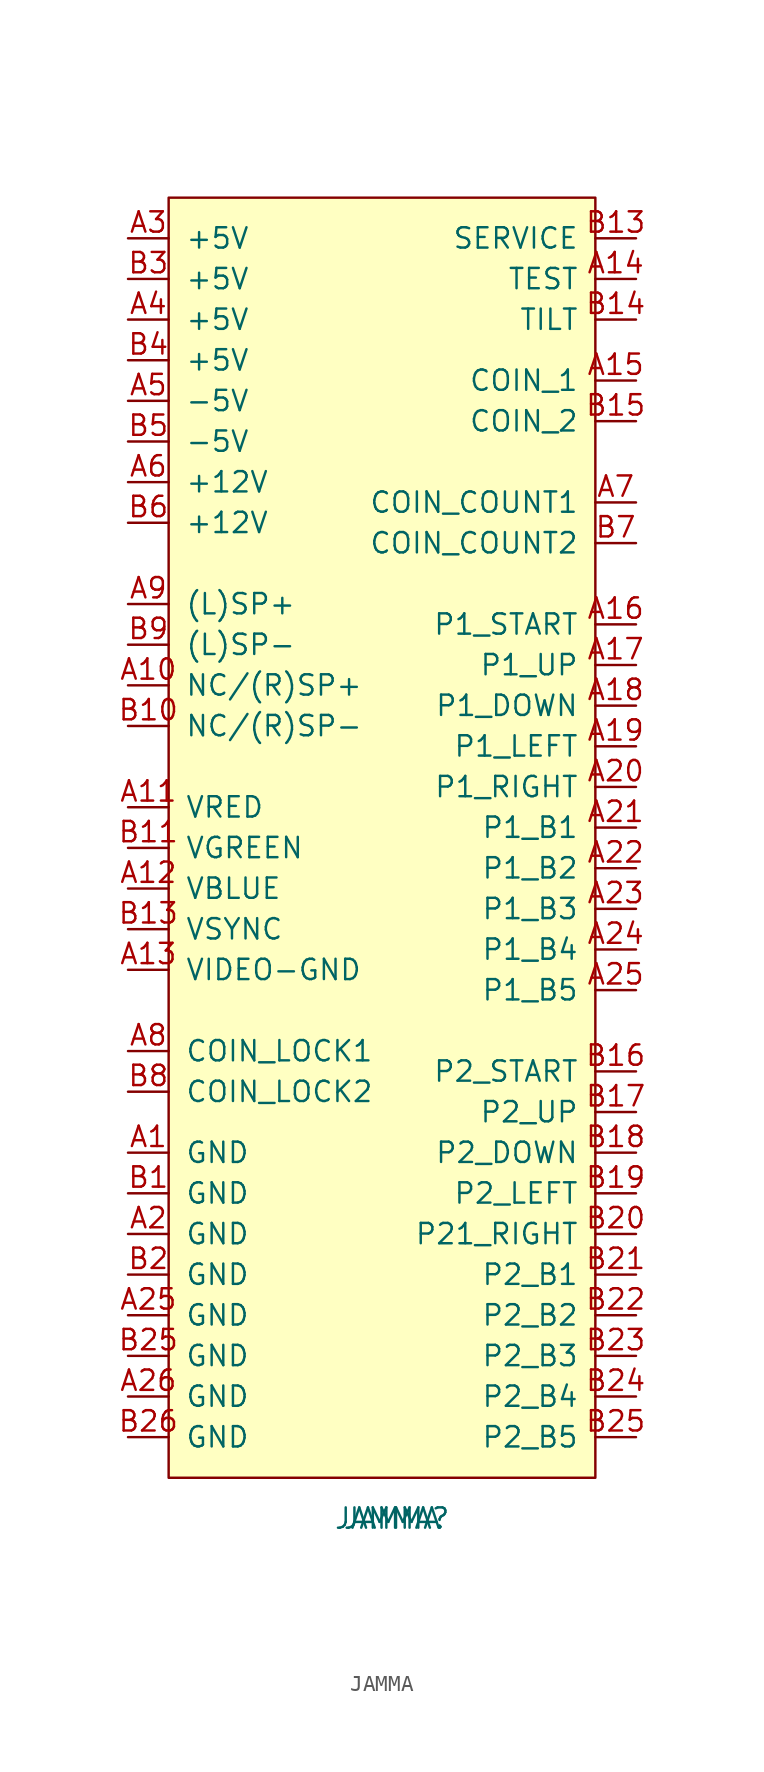
<source format=kicad_sym>
(kicad_symbol_lib
  (version 20211014)
  (generator kicad_symbol_editor)
  (symbol "JAMMA"
    (pin_names
      (offset 1.016))
    (property "Reference" "JAMMA"
      (at 0 -43.18 0)
      (effects (font (size 1.27 1.27))))
    (property "Value" "JAMMA"
      (at 0 -43.18 0)
      (effects (font (size 1.27 1.27))))
    (symbol "JAMMA_0_1"
      (rectangle (start -13.97 39.37) (end 12.7 -40.64) (stroke (width 0) (type default) (color 0 0 0 0)) (fill (type background))))
    (symbol "JAMMA_1_1"
      (pin power_in line (at -16.51 -20.32 0) (length 2.54) (name "GND" (effects (font (size 1.27 1.27)))) (number "A1" (effects (font (size 1.27 1.27)))))
      (pin power_out line (at -16.51 8.89 0) (length 2.54) (name "NC/(R)SP+" (effects (font (size 1.27 1.27)))) (number "A10" (effects (font (size 1.27 1.27)))))
      (pin output line (at -16.51 1.27 0) (length 2.54) (name "VRED" (effects (font (size 1.27 1.27)))) (number "A11" (effects (font (size 1.27 1.27)))))
      (pin output line (at -16.51 -3.81 0) (length 2.54) (name "VBLUE" (effects (font (size 1.27 1.27)))) (number "A12" (effects (font (size 1.27 1.27)))))
      (pin unspecified line (at -16.51 -8.89 0) (length 2.54) (name "VIDEO-GND" (effects (font (size 1.27 1.27)))) (number "A13" (effects (font (size 1.27 1.27)))))
      (pin input line (at 15.24 34.29 180) (length 2.54) (name "TEST" (effects (font (size 1.27 1.27)))) (number "A14" (effects (font (size 1.27 1.27)))))
      (pin input line (at 15.24 27.94 180) (length 2.54) (name "COIN_1" (effects (font (size 1.27 1.27)))) (number "A15" (effects (font (size 1.27 1.27)))))
      (pin input line (at 15.24 12.7 180) (length 2.54) (name "P1_START" (effects (font (size 1.27 1.27)))) (number "A16" (effects (font (size 1.27 1.27)))))
      (pin input line (at 15.24 10.16 180) (length 2.54) (name "P1_UP" (effects (font (size 1.27 1.27)))) (number "A17" (effects (font (size 1.27 1.27)))))
      (pin input line (at 15.24 7.62 180) (length 2.54) (name "P1_DOWN" (effects (font (size 1.27 1.27)))) (number "A18" (effects (font (size 1.27 1.27)))))
      (pin input line (at 15.24 5.08 180) (length 2.54) (name "P1_LEFT" (effects (font (size 1.27 1.27)))) (number "A19" (effects (font (size 1.27 1.27)))))
      (pin power_in line (at -16.51 -25.4 0) (length 2.54) (name "GND" (effects (font (size 1.27 1.27)))) (number "A2" (effects (font (size 1.27 1.27)))))
      (pin input line (at 15.24 2.54 180) (length 2.54) (name "P1_RIGHT" (effects (font (size 1.27 1.27)))) (number "A20" (effects (font (size 1.27 1.27)))))
      (pin input line (at 15.24 0 180) (length 2.54) (name "P1_B1" (effects (font (size 1.27 1.27)))) (number "A21" (effects (font (size 1.27 1.27)))))
      (pin input line (at 15.24 -2.54 180) (length 2.54) (name "P1_B2" (effects (font (size 1.27 1.27)))) (number "A22" (effects (font (size 1.27 1.27)))))
      (pin input line (at 15.24 -5.08 180) (length 2.54) (name "P1_B3" (effects (font (size 1.27 1.27)))) (number "A23" (effects (font (size 1.27 1.27)))))
      (pin input line (at 15.24 -7.62 180) (length 2.54) (name "P1_B4" (effects (font (size 1.27 1.27)))) (number "A24" (effects (font (size 1.27 1.27)))))
      (pin power_in line (at -16.51 -30.48 0) (length 2.54) (name "GND" (effects (font (size 1.27 1.27)))) (number "A25" (effects (font (size 1.27 1.27)))))
      (pin input line (at 15.24 -10.16 180) (length 2.54) (name "P1_B5" (effects (font (size 1.27 1.27)))) (number "A25" (effects (font (size 1.27 1.27)))))
      (pin power_in line (at -16.51 -35.56 0) (length 2.54) (name "GND" (effects (font (size 1.27 1.27)))) (number "A26" (effects (font (size 1.27 1.27)))))
      (pin power_in line (at -16.51 36.83 0) (length 2.54) (name "+5V" (effects (font (size 1.27 1.27)))) (number "A3" (effects (font (size 1.27 1.27)))))
      (pin power_in line (at -16.51 31.75 0) (length 2.54) (name "+5V" (effects (font (size 1.27 1.27)))) (number "A4" (effects (font (size 1.27 1.27)))))
      (pin power_in line (at -16.51 26.67 0) (length 2.54) (name "-5V" (effects (font (size 1.27 1.27)))) (number "A5" (effects (font (size 1.27 1.27)))))
      (pin power_in line (at -16.51 21.59 0) (length 2.54) (name "+12V" (effects (font (size 1.27 1.27)))) (number "A6" (effects (font (size 1.27 1.27)))))
      (pin output line (at 15.24 20.32 180) (length 2.54) (name "COIN_COUNT1" (effects (font (size 1.27 1.27)))) (number "A7" (effects (font (size 1.27 1.27)))))
      (pin output line (at -16.51 -13.97 0) (length 2.54) (name "COIN_LOCK1" (effects (font (size 1.27 1.27)))) (number "A8" (effects (font (size 1.27 1.27)))))
      (pin power_out line (at -16.51 13.97 0) (length 2.54) (name "(L)SP+" (effects (font (size 1.27 1.27)))) (number "A9" (effects (font (size 1.27 1.27)))))
      (pin power_in line (at -16.51 -22.86 0) (length 2.54) (name "GND" (effects (font (size 1.27 1.27)))) (number "B1" (effects (font (size 1.27 1.27)))))
      (pin power_out line (at -16.51 6.35 0) (length 2.54) (name "NC/(R)SP-" (effects (font (size 1.27 1.27)))) (number "B10" (effects (font (size 1.27 1.27)))))
      (pin output line (at -16.51 -1.27 0) (length 2.54) (name "VGREEN" (effects (font (size 1.27 1.27)))) (number "B11" (effects (font (size 1.27 1.27)))))
      (pin input line (at 15.24 36.83 180) (length 2.54) (name "SERVICE" (effects (font (size 1.27 1.27)))) (number "B13" (effects (font (size 1.27 1.27)))))
      (pin output line (at -16.51 -6.35 0) (length 2.54) (name "VSYNC" (effects (font (size 1.27 1.27)))) (number "B13" (effects (font (size 1.27 1.27)))))
      (pin input line (at 15.24 31.75 180) (length 2.54) (name "TILT" (effects (font (size 1.27 1.27)))) (number "B14" (effects (font (size 1.27 1.27)))))
      (pin input line (at 15.24 25.4 180) (length 2.54) (name "COIN_2" (effects (font (size 1.27 1.27)))) (number "B15" (effects (font (size 1.27 1.27)))))
      (pin input line (at 15.24 -15.24 180) (length 2.54) (name "P2_START" (effects (font (size 1.27 1.27)))) (number "B16" (effects (font (size 1.27 1.27)))))
      (pin input line (at 15.24 -17.78 180) (length 2.54) (name "P2_UP" (effects (font (size 1.27 1.27)))) (number "B17" (effects (font (size 1.27 1.27)))))
      (pin input line (at 15.24 -20.32 180) (length 2.54) (name "P2_DOWN" (effects (font (size 1.27 1.27)))) (number "B18" (effects (font (size 1.27 1.27)))))
      (pin input line (at 15.24 -22.86 180) (length 2.54) (name "P2_LEFT" (effects (font (size 1.27 1.27)))) (number "B19" (effects (font (size 1.27 1.27)))))
      (pin power_in line (at -16.51 -27.94 0) (length 2.54) (name "GND" (effects (font (size 1.27 1.27)))) (number "B2" (effects (font (size 1.27 1.27)))))
      (pin input line (at 15.24 -25.4 180) (length 2.54) (name "P21_RIGHT" (effects (font (size 1.27 1.27)))) (number "B20" (effects (font (size 1.27 1.27)))))
      (pin input line (at 15.24 -27.94 180) (length 2.54) (name "P2_B1" (effects (font (size 1.27 1.27)))) (number "B21" (effects (font (size 1.27 1.27)))))
      (pin input line (at 15.24 -30.48 180) (length 2.54) (name "P2_B2" (effects (font (size 1.27 1.27)))) (number "B22" (effects (font (size 1.27 1.27)))))
      (pin input line (at 15.24 -33.02 180) (length 2.54) (name "P2_B3" (effects (font (size 1.27 1.27)))) (number "B23" (effects (font (size 1.27 1.27)))))
      (pin input line (at 15.24 -35.56 180) (length 2.54) (name "P2_B4" (effects (font (size 1.27 1.27)))) (number "B24" (effects (font (size 1.27 1.27)))))
      (pin power_in line (at -16.51 -33.02 0) (length 2.54) (name "GND" (effects (font (size 1.27 1.27)))) (number "B25" (effects (font (size 1.27 1.27)))))
      (pin input line (at 15.24 -38.1 180) (length 2.54) (name "P2_B5" (effects (font (size 1.27 1.27)))) (number "B25" (effects (font (size 1.27 1.27)))))
      (pin power_in line (at -16.51 -38.1 0) (length 2.54) (name "GND" (effects (font (size 1.27 1.27)))) (number "B26" (effects (font (size 1.27 1.27)))))
      (pin power_in line (at -16.51 34.29 0) (length 2.54) (name "+5V" (effects (font (size 1.27 1.27)))) (number "B3" (effects (font (size 1.27 1.27)))))
      (pin power_in line (at -16.51 29.21 0) (length 2.54) (name "+5V" (effects (font (size 1.27 1.27)))) (number "B4" (effects (font (size 1.27 1.27)))))
      (pin power_in line (at -16.51 24.13 0) (length 2.54) (name "-5V" (effects (font (size 1.27 1.27)))) (number "B5" (effects (font (size 1.27 1.27)))))
      (pin power_in line (at -16.51 19.05 0) (length 2.54) (name "+12V" (effects (font (size 1.27 1.27)))) (number "B6" (effects (font (size 1.27 1.27)))))
      (pin output line (at 15.24 17.78 180) (length 2.54) (name "COIN_COUNT2" (effects (font (size 1.27 1.27)))) (number "B7" (effects (font (size 1.27 1.27)))))
      (pin output line (at -16.51 -16.51 0) (length 2.54) (name "COIN_LOCK2" (effects (font (size 1.27 1.27)))) (number "B8" (effects (font (size 1.27 1.27)))))
      (pin power_out line (at -16.51 11.43 0) (length 2.54) (name "(L)SP-" (effects (font (size 1.27 1.27)))) (number "B9" (effects (font (size 1.27 1.27))))))))
</source>
